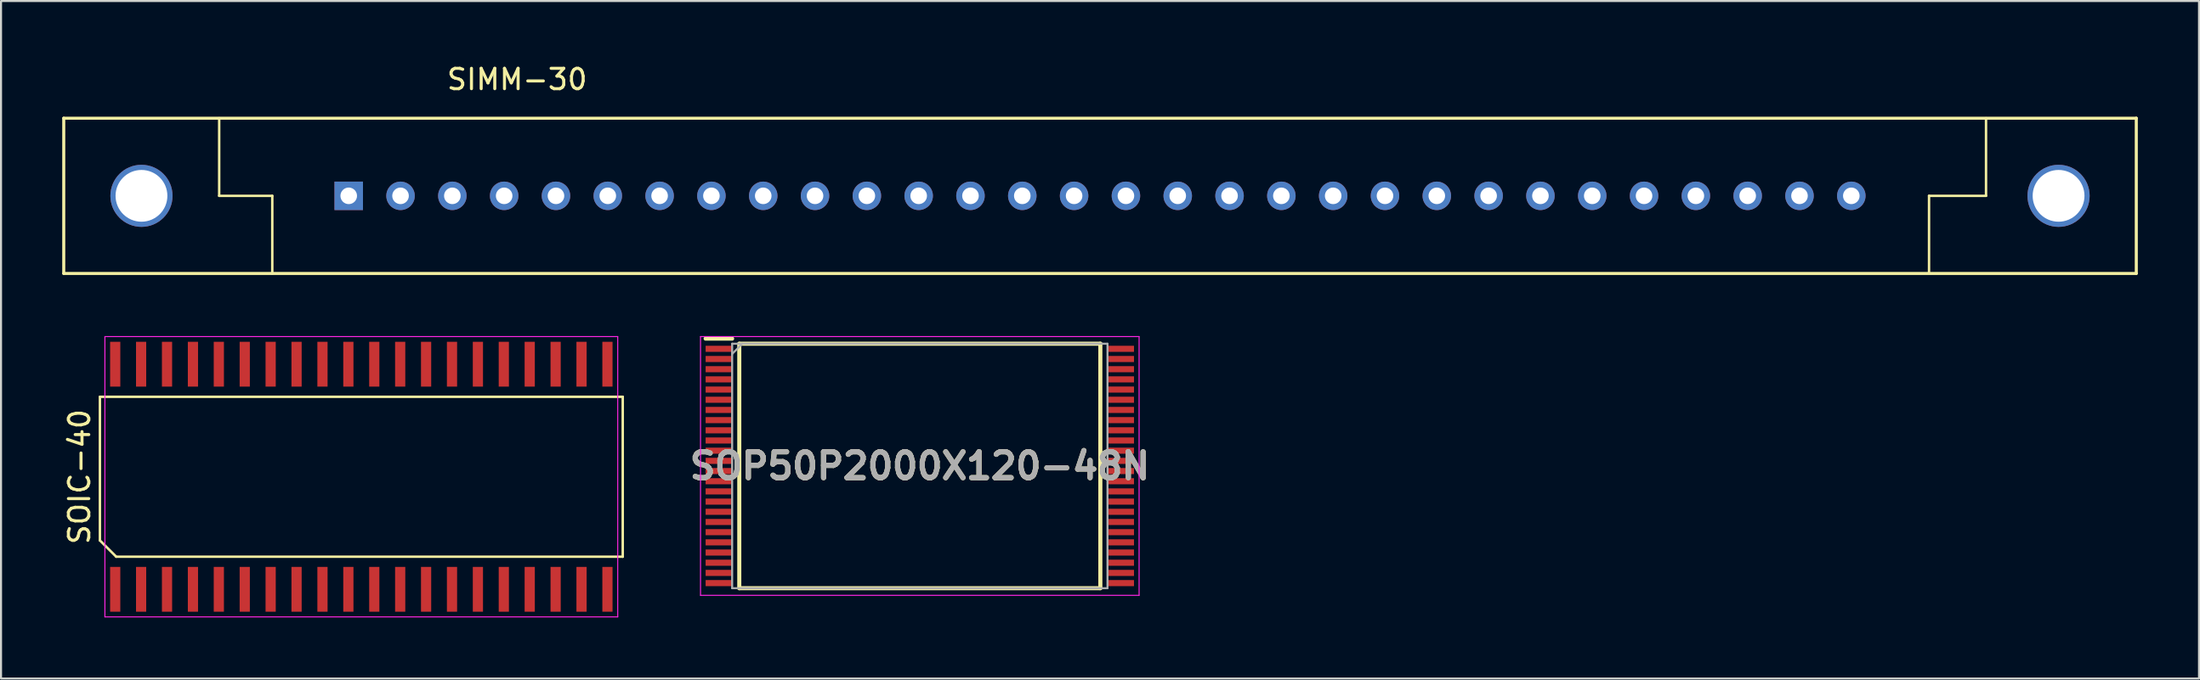
<source format=kicad_pcb>
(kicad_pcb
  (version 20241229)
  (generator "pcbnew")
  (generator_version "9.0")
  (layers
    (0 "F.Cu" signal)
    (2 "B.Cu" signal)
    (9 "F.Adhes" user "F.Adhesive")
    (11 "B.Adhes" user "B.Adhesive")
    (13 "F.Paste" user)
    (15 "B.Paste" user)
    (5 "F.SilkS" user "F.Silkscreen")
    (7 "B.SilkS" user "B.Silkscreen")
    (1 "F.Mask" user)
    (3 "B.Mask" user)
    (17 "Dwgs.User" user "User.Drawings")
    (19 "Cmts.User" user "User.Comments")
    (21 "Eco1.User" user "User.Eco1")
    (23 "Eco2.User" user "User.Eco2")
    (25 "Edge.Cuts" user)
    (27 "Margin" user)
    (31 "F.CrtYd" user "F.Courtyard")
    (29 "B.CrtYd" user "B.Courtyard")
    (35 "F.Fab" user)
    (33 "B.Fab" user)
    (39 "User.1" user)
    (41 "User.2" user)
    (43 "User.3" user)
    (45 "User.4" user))
  (footprint "SIMM-30"
    (layer "F.Cu")
    (at 50.875 6.563)
    (property "Reference" "SIMM-30" (at -28.575 -5.715 0) (layer "F.SilkS") (effects (font (size 1 1) (thickness 0.15))))
    (attr through_hole)
    (fp_line (start -50.8 -3.81) (end 50.8 -3.81) (stroke (width 0.15) (type solid)) (layer "F.SilkS"))
    (fp_line (start -50.8 3.81) (end -50.8 -3.81) (stroke (width 0.15) (type solid)) (layer "F.SilkS"))
    (fp_line (start -43.18 -3.81) (end -43.18 0) (stroke (width 0.12) (type solid)) (layer "F.SilkS"))
    (fp_line (start -43.18 0) (end -40.577 0) (stroke (width 0.12) (type solid)) (layer "F.SilkS"))
    (fp_line (start -40.577 0) (end -40.577 3.81) (stroke (width 0.12) (type solid)) (layer "F.SilkS"))
    (fp_line (start 40.64 0) (end 40.64 3.747) (stroke (width 0.12) (type solid)) (layer "F.SilkS"))
    (fp_line (start 43.434 -3.81) (end 43.434 0) (stroke (width 0.12) (type solid)) (layer "F.SilkS"))
    (fp_line (start 43.434 0) (end 40.64 0) (stroke (width 0.12) (type solid)) (layer "F.SilkS"))
    (fp_line (start 50.8 -3.81) (end 50.8 3.81) (stroke (width 0.15) (type solid)) (layer "F.SilkS"))
    (fp_line (start 50.8 3.81) (end -50.8 3.81) (stroke (width 0.15) (type solid)) (layer "F.SilkS"))
    (pad "1" thru_hole rect (at -36.83 0) (size 1.397 1.397) (drill 0.813) (layers "*.Cu" "*.Mask"))
    (pad "2" thru_hole circle (at -34.29 0) (size 1.397 1.397) (drill 0.813) (layers "*.Cu" "*.Mask"))
    (pad "3" thru_hole circle (at -31.75 0) (size 1.397 1.397) (drill 0.813) (layers "*.Cu" "*.Mask"))
    (pad "4" thru_hole circle (at -29.21 0) (size 1.397 1.397) (drill 0.813) (layers "*.Cu" "*.Mask"))
    (pad "5" thru_hole circle (at -26.67 0) (size 1.397 1.397) (drill 0.813) (layers "*.Cu" "*.Mask"))
    (pad "6" thru_hole circle (at -24.13 0) (size 1.397 1.397) (drill 0.813) (layers "*.Cu" "*.Mask"))
    (pad "7" thru_hole circle (at -21.59 0) (size 1.397 1.397) (drill 0.813) (layers "*.Cu" "*.Mask"))
    (pad "8" thru_hole circle (at -19.05 0) (size 1.397 1.397) (drill 0.813) (layers "*.Cu" "*.Mask"))
    (pad "9" thru_hole circle (at -16.51 0) (size 1.397 1.397) (drill 0.813) (layers "*.Cu" "*.Mask"))
    (pad "10" thru_hole circle (at -13.97 0) (size 1.397 1.397) (drill 0.813) (layers "*.Cu" "*.Mask"))
    (pad "11" thru_hole circle (at -11.43 0) (size 1.397 1.397) (drill 0.813) (layers "*.Cu" "*.Mask"))
    (pad "12" thru_hole circle (at -8.89 0) (size 1.397 1.397) (drill 0.813) (layers "*.Cu" "*.Mask"))
    (pad "13" thru_hole circle (at -6.35 0) (size 1.397 1.397) (drill 0.813) (layers "*.Cu" "*.Mask"))
    (pad "14" thru_hole circle (at -3.81 0) (size 1.397 1.397) (drill 0.813) (layers "*.Cu" "*.Mask"))
    (pad "15" thru_hole circle (at -1.27 0) (size 1.397 1.397) (drill 0.813) (layers "*.Cu" "*.Mask"))
    (pad "16" thru_hole circle (at 1.27 0) (size 1.397 1.397) (drill 0.813) (layers "*.Cu" "*.Mask"))
    (pad "17" thru_hole circle (at 3.81 0) (size 1.397 1.397) (drill 0.813) (layers "*.Cu" "*.Mask"))
    (pad "18" thru_hole circle (at 6.35 0) (size 1.397 1.397) (drill 0.813) (layers "*.Cu" "*.Mask"))
    (pad "19" thru_hole circle (at 8.89 0) (size 1.397 1.397) (drill 0.813) (layers "*.Cu" "*.Mask"))
    (pad "20" thru_hole circle (at 11.43 0) (size 1.397 1.397) (drill 0.813) (layers "*.Cu" "*.Mask"))
    (pad "21" thru_hole circle (at 13.97 0) (size 1.397 1.397) (drill 0.813) (layers "*.Cu" "*.Mask"))
    (pad "22" thru_hole circle (at 16.51 0) (size 1.397 1.397) (drill 0.813) (layers "*.Cu" "*.Mask"))
    (pad "23" thru_hole circle (at 19.05 0) (size 1.397 1.397) (drill 0.813) (layers "*.Cu" "*.Mask"))
    (pad "24" thru_hole circle (at 21.59 0) (size 1.397 1.397) (drill 0.813) (layers "*.Cu" "*.Mask"))
    (pad "25" thru_hole circle (at 24.13 0) (size 1.397 1.397) (drill 0.813) (layers "*.Cu" "*.Mask"))
    (pad "26" thru_hole circle (at 26.67 0) (size 1.397 1.397) (drill 0.813) (layers "*.Cu" "*.Mask"))
    (pad "27" thru_hole circle (at 29.21 0) (size 1.397 1.397) (drill 0.813) (layers "*.Cu" "*.Mask"))
    (pad "28" thru_hole circle (at 31.75 0) (size 1.397 1.397) (drill 0.813) (layers "*.Cu" "*.Mask"))
    (pad "29" thru_hole circle (at 34.29 0) (size 1.397 1.397) (drill 0.813) (layers "*.Cu" "*.Mask"))
    (pad "30" thru_hole circle (at 36.83 0) (size 1.397 1.397) (drill 0.813) (layers "*.Cu" "*.Mask"))
    (pad "31" thru_hole circle (at 46.99 0) (size 3.048 3.048) (drill 2.54) (layers "*.Cu" "*.Mask"))
    (pad "32" thru_hole circle (at -46.99 0) (size 3.048 3.048) (drill 2.54) (layers "*.Cu" "*.Mask")))
  (footprint "SOIC-40"
    (layer "F.Cu")
    (at 14.663 20.353)
    (property "Reference" "SOIC-40" (at -13.815 0 90) (layer "F.SilkS") (effects (font (size 1 1) (thickness 0.15))))
    (attr smd)
    (fp_line (start -12.815 -3.925) (end 12.815 -3.925) (stroke (width 0.12) (type solid)) (layer "F.SilkS"))
    (fp_line (start -12.815 3.125) (end -12.815 -3.925) (stroke (width 0.12) (type solid)) (layer "F.SilkS"))
    (fp_line (start -12.015 3.925) (end -12.815 3.125) (stroke (width 0.12) (type solid)) (layer "F.SilkS"))
    (fp_line (start 12.815 -3.925) (end 12.815 3.925) (stroke (width 0.12) (type solid)) (layer "F.SilkS"))
    (fp_line (start 12.815 3.925) (end -12.015 3.925) (stroke (width 0.12) (type solid)) (layer "F.SilkS"))
    (fp_line (start -12.57 -6.88) (end 12.57 -6.88) (stroke (width 0.05) (type solid)) (layer "F.CrtYd"))
    (fp_line (start -12.57 6.88) (end -12.57 -6.88) (stroke (width 0.05) (type solid)) (layer "F.CrtYd"))
    (fp_line (start 12.57 -6.88) (end 12.57 6.88) (stroke (width 0.05) (type solid)) (layer "F.CrtYd"))
    (fp_line (start 12.57 6.88) (end -12.57 6.88) (stroke (width 0.05) (type solid)) (layer "F.CrtYd"))
    (pad "1" smd rect (at -12.065 5.525) (size 0.5 2.2) (layers "F.Cu" "F.Mask" "F.Paste"))
    (pad "2" smd rect (at -10.795 5.525) (size 0.5 2.2) (layers "F.Cu" "F.Mask" "F.Paste"))
    (pad "3" smd rect (at -9.525 5.525) (size 0.5 2.2) (layers "F.Cu" "F.Mask" "F.Paste"))
    (pad "4" smd rect (at -8.255 5.525) (size 0.5 2.2) (layers "F.Cu" "F.Mask" "F.Paste"))
    (pad "5" smd rect (at -6.985 5.525) (size 0.5 2.2) (layers "F.Cu" "F.Mask" "F.Paste"))
    (pad "6" smd rect (at -5.715 5.525) (size 0.5 2.2) (layers "F.Cu" "F.Mask" "F.Paste"))
    (pad "7" smd rect (at -4.445 5.525) (size 0.5 2.2) (layers "F.Cu" "F.Mask" "F.Paste"))
    (pad "8" smd rect (at -3.175 5.525) (size 0.5 2.2) (layers "F.Cu" "F.Mask" "F.Paste"))
    (pad "9" smd rect (at -1.905 5.525) (size 0.5 2.2) (layers "F.Cu" "F.Mask" "F.Paste"))
    (pad "10" smd rect (at -0.635 5.525) (size 0.5 2.2) (layers "F.Cu" "F.Mask" "F.Paste"))
    (pad "11" smd rect (at 0.635 5.525) (size 0.5 2.2) (layers "F.Cu" "F.Mask" "F.Paste"))
    (pad "12" smd rect (at 1.905 5.525) (size 0.5 2.2) (layers "F.Cu" "F.Mask" "F.Paste"))
    (pad "13" smd rect (at 3.175 5.525) (size 0.5 2.2) (layers "F.Cu" "F.Mask" "F.Paste"))
    (pad "14" smd rect (at 4.445 5.525) (size 0.5 2.2) (layers "F.Cu" "F.Mask" "F.Paste"))
    (pad "15" smd rect (at 5.715 5.525) (size 0.5 2.2) (layers "F.Cu" "F.Mask" "F.Paste"))
    (pad "16" smd rect (at 6.985 5.525) (size 0.5 2.2) (layers "F.Cu" "F.Mask" "F.Paste"))
    (pad "17" smd rect (at 8.255 5.525) (size 0.5 2.2) (layers "F.Cu" "F.Mask" "F.Paste"))
    (pad "18" smd rect (at 9.525 5.525) (size 0.5 2.2) (layers "F.Cu" "F.Mask" "F.Paste"))
    (pad "19" smd rect (at 10.795 5.525) (size 0.5 2.2) (layers "F.Cu" "F.Mask" "F.Paste"))
    (pad "20" smd rect (at 12.065 5.525) (size 0.5 2.2) (layers "F.Cu" "F.Mask" "F.Paste"))
    (pad "21" smd rect (at 12.065 -5.525) (size 0.5 2.2) (layers "F.Cu" "F.Mask" "F.Paste"))
    (pad "22" smd rect (at 10.795 -5.525) (size 0.5 2.2) (layers "F.Cu" "F.Mask" "F.Paste"))
    (pad "23" smd rect (at 9.525 -5.525) (size 0.5 2.2) (layers "F.Cu" "F.Mask" "F.Paste"))
    (pad "24" smd rect (at 8.255 -5.525) (size 0.5 2.2) (layers "F.Cu" "F.Mask" "F.Paste"))
    (pad "25" smd rect (at 6.985 -5.525) (size 0.5 2.2) (layers "F.Cu" "F.Mask" "F.Paste"))
    (pad "26" smd rect (at 5.715 -5.525) (size 0.5 2.2) (layers "F.Cu" "F.Mask" "F.Paste"))
    (pad "27" smd rect (at 4.445 -5.525) (size 0.5 2.2) (layers "F.Cu" "F.Mask" "F.Paste"))
    (pad "28" smd rect (at 3.175 -5.525) (size 0.5 2.2) (layers "F.Cu" "F.Mask" "F.Paste"))
    (pad "29" smd rect (at 1.905 -5.525) (size 0.5 2.2) (layers "F.Cu" "F.Mask" "F.Paste"))
    (pad "30" smd rect (at 0.635 -5.525) (size 0.5 2.2) (layers "F.Cu" "F.Mask" "F.Paste"))
    (pad "31" smd rect (at -0.635 -5.525) (size 0.5 2.2) (layers "F.Cu" "F.Mask" "F.Paste"))
    (pad "32" smd rect (at -1.905 -5.525) (size 0.5 2.2) (layers "F.Cu" "F.Mask" "F.Paste"))
    (pad "33" smd rect (at -3.175 -5.525) (size 0.5 2.2) (layers "F.Cu" "F.Mask" "F.Paste"))
    (pad "34" smd rect (at -4.445 -5.525) (size 0.5 2.2) (layers "F.Cu" "F.Mask" "F.Paste"))
    (pad "35" smd rect (at -5.715 -5.525) (size 0.5 2.2) (layers "F.Cu" "F.Mask" "F.Paste"))
    (pad "36" smd rect (at -6.985 -5.525) (size 0.5 2.2) (layers "F.Cu" "F.Mask" "F.Paste"))
    (pad "37" smd rect (at -8.255 -5.525) (size 0.5 2.2) (layers "F.Cu" "F.Mask" "F.Paste"))
    (pad "38" smd rect (at -9.525 -5.525) (size 0.5 2.2) (layers "F.Cu" "F.Mask" "F.Paste"))
    (pad "39" smd rect (at -10.795 -5.525) (size 0.5 2.2) (layers "F.Cu" "F.Mask" "F.Paste"))
    (pad "40" smd rect (at -12.065 -5.525) (size 0.5 2.2) (layers "F.Cu" "F.Mask" "F.Paste")))
  (footprint "SOP50P2000X120-48N"
    (layer "F.Cu")
    (at 42.041 19.823)
    (property "Reference" "SOP50P2000X120-48N" (at 0 0 0) (layer "F.SilkS") (effects (font (size 1.27 1.27) (thickness 0.254))))
    (attr smd)
    (fp_line (start -10.5 -6.25) (end -9.2 -6.25) (stroke (width 0.2) (type solid)) (layer "F.SilkS"))
    (fp_line (start -8.85 -6) (end 8.85 -6) (stroke (width 0.2) (type solid)) (layer "F.SilkS"))
    (fp_line (start -8.85 6) (end -8.85 -6) (stroke (width 0.2) (type solid)) (layer "F.SilkS"))
    (fp_line (start 8.85 -6) (end 8.85 6) (stroke (width 0.2) (type solid)) (layer "F.SilkS"))
    (fp_line (start 8.85 6) (end -8.85 6) (stroke (width 0.2) (type solid)) (layer "F.SilkS"))
    (fp_line (start -10.75 -6.35) (end 10.75 -6.35) (stroke (width 0.05) (type solid)) (layer "F.CrtYd"))
    (fp_line (start -10.75 6.35) (end -10.75 -6.35) (stroke (width 0.05) (type solid)) (layer "F.CrtYd"))
    (fp_line (start 10.75 -6.35) (end 10.75 6.35) (stroke (width 0.05) (type solid)) (layer "F.CrtYd"))
    (fp_line (start 10.75 6.35) (end -10.75 6.35) (stroke (width 0.05) (type solid)) (layer "F.CrtYd"))
    (fp_line (start -9.2 -6) (end 9.2 -6) (stroke (width 0.1) (type solid)) (layer "F.Fab"))
    (fp_line (start -9.2 -5.5) (end -8.7 -6) (stroke (width 0.1) (type solid)) (layer "F.Fab"))
    (fp_line (start -9.2 6) (end -9.2 -6) (stroke (width 0.1) (type solid)) (layer "F.Fab"))
    (fp_line (start 9.2 -6) (end 9.2 6) (stroke (width 0.1) (type solid)) (layer "F.Fab"))
    (fp_line (start 9.2 6) (end -9.2 6) (stroke (width 0.1) (type solid)) (layer "F.Fab"))
    (fp_text user "${REFERENCE}" (at 0 0 0) (layer "F.Fab") (effects (font (size 1.27 1.27) (thickness 0.254))))
    (pad "1" smd rect (at -9.85 -5.75 90) (size 0.3 1.3) (layers "F.Cu" "F.Mask" "F.Paste"))
    (pad "2" smd rect (at -9.85 -5.25 90) (size 0.3 1.3) (layers "F.Cu" "F.Mask" "F.Paste"))
    (pad "3" smd rect (at -9.85 -4.75 90) (size 0.3 1.3) (layers "F.Cu" "F.Mask" "F.Paste"))
    (pad "4" smd rect (at -9.85 -4.25 90) (size 0.3 1.3) (layers "F.Cu" "F.Mask" "F.Paste"))
    (pad "5" smd rect (at -9.85 -3.75 90) (size 0.3 1.3) (layers "F.Cu" "F.Mask" "F.Paste"))
    (pad "6" smd rect (at -9.85 -3.25 90) (size 0.3 1.3) (layers "F.Cu" "F.Mask" "F.Paste"))
    (pad "7" smd rect (at -9.85 -2.75 90) (size 0.3 1.3) (layers "F.Cu" "F.Mask" "F.Paste"))
    (pad "8" smd rect (at -9.85 -2.25 90) (size 0.3 1.3) (layers "F.Cu" "F.Mask" "F.Paste"))
    (pad "9" smd rect (at -9.85 -1.75 90) (size 0.3 1.3) (layers "F.Cu" "F.Mask" "F.Paste"))
    (pad "10" smd rect (at -9.85 -1.25 90) (size 0.3 1.3) (layers "F.Cu" "F.Mask" "F.Paste"))
    (pad "11" smd rect (at -9.85 -0.75 90) (size 0.3 1.3) (layers "F.Cu" "F.Mask" "F.Paste"))
    (pad "12" smd rect (at -9.85 -0.25 90) (size 0.3 1.3) (layers "F.Cu" "F.Mask" "F.Paste"))
    (pad "13" smd rect (at -9.85 0.25 90) (size 0.3 1.3) (layers "F.Cu" "F.Mask" "F.Paste"))
    (pad "14" smd rect (at -9.85 0.75 90) (size 0.3 1.3) (layers "F.Cu" "F.Mask" "F.Paste"))
    (pad "15" smd rect (at -9.85 1.25 90) (size 0.3 1.3) (layers "F.Cu" "F.Mask" "F.Paste"))
    (pad "16" smd rect (at -9.85 1.75 90) (size 0.3 1.3) (layers "F.Cu" "F.Mask" "F.Paste"))
    (pad "17" smd rect (at -9.85 2.25 90) (size 0.3 1.3) (layers "F.Cu" "F.Mask" "F.Paste"))
    (pad "18" smd rect (at -9.85 2.75 90) (size 0.3 1.3) (layers "F.Cu" "F.Mask" "F.Paste"))
    (pad "19" smd rect (at -9.85 3.25 90) (size 0.3 1.3) (layers "F.Cu" "F.Mask" "F.Paste"))
    (pad "20" smd rect (at -9.85 3.75 90) (size 0.3 1.3) (layers "F.Cu" "F.Mask" "F.Paste"))
    (pad "21" smd rect (at -9.85 4.25 90) (size 0.3 1.3) (layers "F.Cu" "F.Mask" "F.Paste"))
    (pad "22" smd rect (at -9.85 4.75 90) (size 0.3 1.3) (layers "F.Cu" "F.Mask" "F.Paste"))
    (pad "23" smd rect (at -9.85 5.25 90) (size 0.3 1.3) (layers "F.Cu" "F.Mask" "F.Paste"))
    (pad "24" smd rect (at -9.85 5.75 90) (size 0.3 1.3) (layers "F.Cu" "F.Mask" "F.Paste"))
    (pad "25" smd rect (at 9.85 5.75 90) (size 0.3 1.3) (layers "F.Cu" "F.Mask" "F.Paste"))
    (pad "26" smd rect (at 9.85 5.25 90) (size 0.3 1.3) (layers "F.Cu" "F.Mask" "F.Paste"))
    (pad "27" smd rect (at 9.85 4.75 90) (size 0.3 1.3) (layers "F.Cu" "F.Mask" "F.Paste"))
    (pad "28" smd rect (at 9.85 4.25 90) (size 0.3 1.3) (layers "F.Cu" "F.Mask" "F.Paste"))
    (pad "29" smd rect (at 9.85 3.75 90) (size 0.3 1.3) (layers "F.Cu" "F.Mask" "F.Paste"))
    (pad "30" smd rect (at 9.85 3.25 90) (size 0.3 1.3) (layers "F.Cu" "F.Mask" "F.Paste"))
    (pad "31" smd rect (at 9.85 2.75 90) (size 0.3 1.3) (layers "F.Cu" "F.Mask" "F.Paste"))
    (pad "32" smd rect (at 9.85 2.25 90) (size 0.3 1.3) (layers "F.Cu" "F.Mask" "F.Paste"))
    (pad "33" smd rect (at 9.85 1.75 90) (size 0.3 1.3) (layers "F.Cu" "F.Mask" "F.Paste"))
    (pad "34" smd rect (at 9.85 1.25 90) (size 0.3 1.3) (layers "F.Cu" "F.Mask" "F.Paste"))
    (pad "35" smd rect (at 9.85 0.75 90) (size 0.3 1.3) (layers "F.Cu" "F.Mask" "F.Paste"))
    (pad "36" smd rect (at 9.85 0.25 90) (size 0.3 1.3) (layers "F.Cu" "F.Mask" "F.Paste"))
    (pad "37" smd rect (at 9.85 -0.25 90) (size 0.3 1.3) (layers "F.Cu" "F.Mask" "F.Paste"))
    (pad "38" smd rect (at 9.85 -0.75 90) (size 0.3 1.3) (layers "F.Cu" "F.Mask" "F.Paste"))
    (pad "39" smd rect (at 9.85 -1.25 90) (size 0.3 1.3) (layers "F.Cu" "F.Mask" "F.Paste"))
    (pad "40" smd rect (at 9.85 -1.75 90) (size 0.3 1.3) (layers "F.Cu" "F.Mask" "F.Paste"))
    (pad "41" smd rect (at 9.85 -2.25 90) (size 0.3 1.3) (layers "F.Cu" "F.Mask" "F.Paste"))
    (pad "42" smd rect (at 9.85 -2.75 90) (size 0.3 1.3) (layers "F.Cu" "F.Mask" "F.Paste"))
    (pad "43" smd rect (at 9.85 -3.25 90) (size 0.3 1.3) (layers "F.Cu" "F.Mask" "F.Paste"))
    (pad "44" smd rect (at 9.85 -3.75 90) (size 0.3 1.3) (layers "F.Cu" "F.Mask" "F.Paste"))
    (pad "45" smd rect (at 9.85 -4.25 90) (size 0.3 1.3) (layers "F.Cu" "F.Mask" "F.Paste"))
    (pad "46" smd rect (at 9.85 -4.75 90) (size 0.3 1.3) (layers "F.Cu" "F.Mask" "F.Paste"))
    (pad "47" smd rect (at 9.85 -5.25 90) (size 0.3 1.3) (layers "F.Cu" "F.Mask" "F.Paste"))
    (pad "48" smd rect (at 9.85 -5.75 90) (size 0.3 1.3) (layers "F.Cu" "F.Mask" "F.Paste")))
  (gr_rect
    (start -3 -3)
    (end 104.75 30.258)
    (stroke (width 0.1) (type default))
    (fill no)
    (layer "Edge.Cuts")))
</source>
